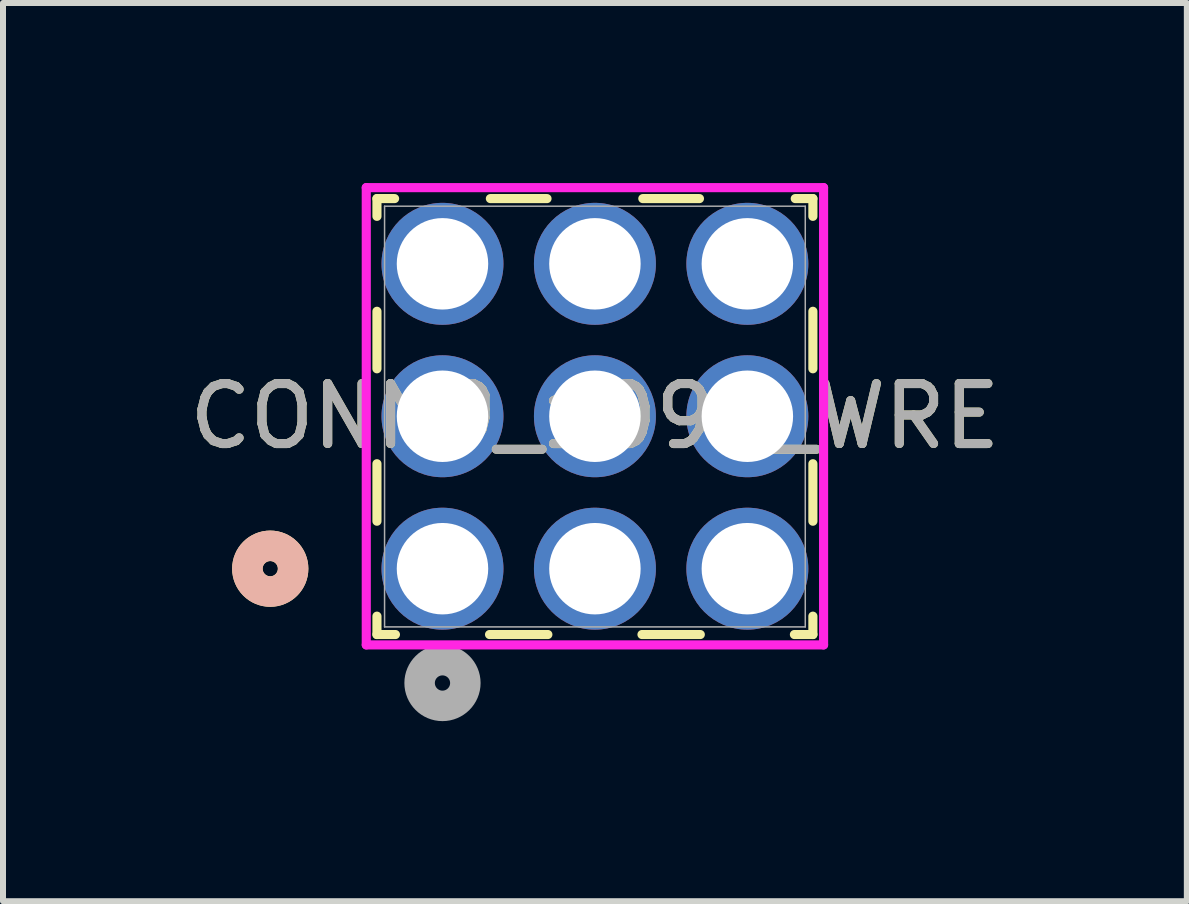
<source format=kicad_pcb>
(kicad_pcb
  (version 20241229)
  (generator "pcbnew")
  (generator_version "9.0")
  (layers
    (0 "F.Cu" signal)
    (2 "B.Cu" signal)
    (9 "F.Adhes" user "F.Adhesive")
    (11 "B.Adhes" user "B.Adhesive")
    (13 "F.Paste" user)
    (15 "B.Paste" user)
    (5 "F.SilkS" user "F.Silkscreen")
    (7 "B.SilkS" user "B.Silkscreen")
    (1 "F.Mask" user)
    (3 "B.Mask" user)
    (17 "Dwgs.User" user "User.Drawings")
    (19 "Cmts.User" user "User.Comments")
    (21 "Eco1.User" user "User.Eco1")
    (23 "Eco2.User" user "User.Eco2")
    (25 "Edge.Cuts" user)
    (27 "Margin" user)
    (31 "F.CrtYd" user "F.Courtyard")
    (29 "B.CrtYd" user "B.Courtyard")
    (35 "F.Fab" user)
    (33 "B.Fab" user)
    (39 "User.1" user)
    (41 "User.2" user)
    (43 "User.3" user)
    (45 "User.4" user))
  (footprint "CONN9_1096_WRE"
    (layer "F.Cu")
    (at 4.323 6.426)
    (property "Reference" "CONN9_1096_WRE" (at 2.54 -2.54 0) (unlocked yes) (layer "F.SilkS") (effects (font (size 1 1) (thickness 0.15))))
    (attr through_hole)
    (fp_line (start -1.092 -6.167) (end -1.092 -5.871) (stroke (width 0.152) (type solid)) (layer "F.SilkS"))
    (fp_line (start -1.092 -4.289) (end -1.092 -3.331) (stroke (width 0.152) (type solid)) (layer "F.SilkS"))
    (fp_line (start -1.092 -1.749) (end -1.092 -0.791) (stroke (width 0.152) (type solid)) (layer "F.SilkS"))
    (fp_line (start -1.092 0.791) (end -1.092 1.097) (stroke (width 0.152) (type solid)) (layer "F.SilkS"))
    (fp_line (start -1.092 1.097) (end -0.784 1.097) (stroke (width 0.152) (type solid)) (layer "F.SilkS"))
    (fp_line (start -0.798 -6.167) (end -1.092 -6.167) (stroke (width 0.152) (type solid)) (layer "F.SilkS"))
    (fp_line (start 0.784 1.097) (end 1.756 1.097) (stroke (width 0.152) (type solid)) (layer "F.SilkS"))
    (fp_line (start 1.742 -6.167) (end 0.798 -6.167) (stroke (width 0.152) (type solid)) (layer "F.SilkS"))
    (fp_line (start 3.324 1.097) (end 4.296 1.097) (stroke (width 0.152) (type solid)) (layer "F.SilkS"))
    (fp_line (start 4.282 -6.167) (end 3.338 -6.167) (stroke (width 0.152) (type solid)) (layer "F.SilkS"))
    (fp_line (start 5.864 1.097) (end 6.172 1.097) (stroke (width 0.152) (type solid)) (layer "F.SilkS"))
    (fp_line (start 6.172 -6.167) (end 5.878 -6.167) (stroke (width 0.152) (type solid)) (layer "F.SilkS"))
    (fp_line (start 6.172 -5.871) (end 6.172 -6.167) (stroke (width 0.152) (type solid)) (layer "F.SilkS"))
    (fp_line (start 6.172 -3.331) (end 6.172 -4.289) (stroke (width 0.152) (type solid)) (layer "F.SilkS"))
    (fp_line (start 6.172 -0.791) (end 6.172 -1.749) (stroke (width 0.152) (type solid)) (layer "F.SilkS"))
    (fp_line (start 6.172 1.097) (end 6.172 0.791) (stroke (width 0.152) (type solid)) (layer "F.SilkS"))
    (fp_circle (center -2.87 0) (end -2.489 0) (stroke (width 0.508) (type solid)) (fill no) (layer "F.SilkS"))
    (fp_circle (center -2.87 0) (end -2.489 0) (stroke (width 0.508) (type solid)) (fill no) (layer "B.SilkS"))
    (fp_line (start -1.27 -6.35) (end -1.27 1.27) (stroke (width 0.152) (type solid)) (layer "F.CrtYd"))
    (fp_line (start -1.27 1.27) (end 6.35 1.27) (stroke (width 0.152) (type solid)) (layer "F.CrtYd"))
    (fp_line (start 6.35 -6.35) (end -1.27 -6.35) (stroke (width 0.152) (type solid)) (layer "F.CrtYd"))
    (fp_line (start 6.35 1.27) (end 6.35 -6.35) (stroke (width 0.152) (type solid)) (layer "F.CrtYd"))
    (fp_line (start -0.965 -6.04) (end -0.965 0.97) (stroke (width 0.025) (type solid)) (layer "F.Fab"))
    (fp_line (start -0.965 0.97) (end 6.045 0.97) (stroke (width 0.025) (type solid)) (layer "F.Fab"))
    (fp_line (start 6.045 -6.04) (end -0.965 -6.04) (stroke (width 0.025) (type solid)) (layer "F.Fab"))
    (fp_line (start 6.045 0.97) (end 6.045 -6.04) (stroke (width 0.025) (type solid)) (layer "F.Fab"))
    (fp_circle (center 0 1.905) (end 0.381 1.905) (stroke (width 0.508) (type solid)) (fill no) (layer "F.Fab"))
    (fp_text user "${REFERENCE}" (at 2.54 -2.54 0) (unlocked yes) (layer "F.Fab") (effects (font (size 1 1) (thickness 0.15))))
    (pad "1" thru_hole circle (at 0 0) (size 2.032 2.032) (drill 1.524) (layers "*.Cu" "*.Mask"))
    (pad "2" thru_hole circle (at 2.54 0) (size 2.032 2.032) (drill 1.524) (layers "*.Cu" "*.Mask"))
    (pad "3" thru_hole circle (at 5.08 0) (size 2.032 2.032) (drill 1.524) (layers "*.Cu" "*.Mask"))
    (pad "4" thru_hole circle (at 0 -2.54) (size 2.032 2.032) (drill 1.524) (layers "*.Cu" "*.Mask"))
    (pad "5" thru_hole circle (at 2.54 -2.54) (size 2.032 2.032) (drill 1.524) (layers "*.Cu" "*.Mask"))
    (pad "6" thru_hole circle (at 5.08 -2.54) (size 2.032 2.032) (drill 1.524) (layers "*.Cu" "*.Mask"))
    (pad "7" thru_hole circle (at 0 -5.08) (size 2.032 2.032) (drill 1.524) (layers "*.Cu" "*.Mask"))
    (pad "8" thru_hole circle (at 2.54 -5.08) (size 2.032 2.032) (drill 1.524) (layers "*.Cu" "*.Mask"))
    (pad "9" thru_hole circle (at 5.08 -5.08) (size 2.032 2.032) (drill 1.524) (layers "*.Cu" "*.Mask")))
  (gr_rect
    (start -3 -3)
    (end 16.726 11.966)
    (stroke (width 0.1) (type default))
    (fill no)
    (layer "Edge.Cuts")))
</source>
